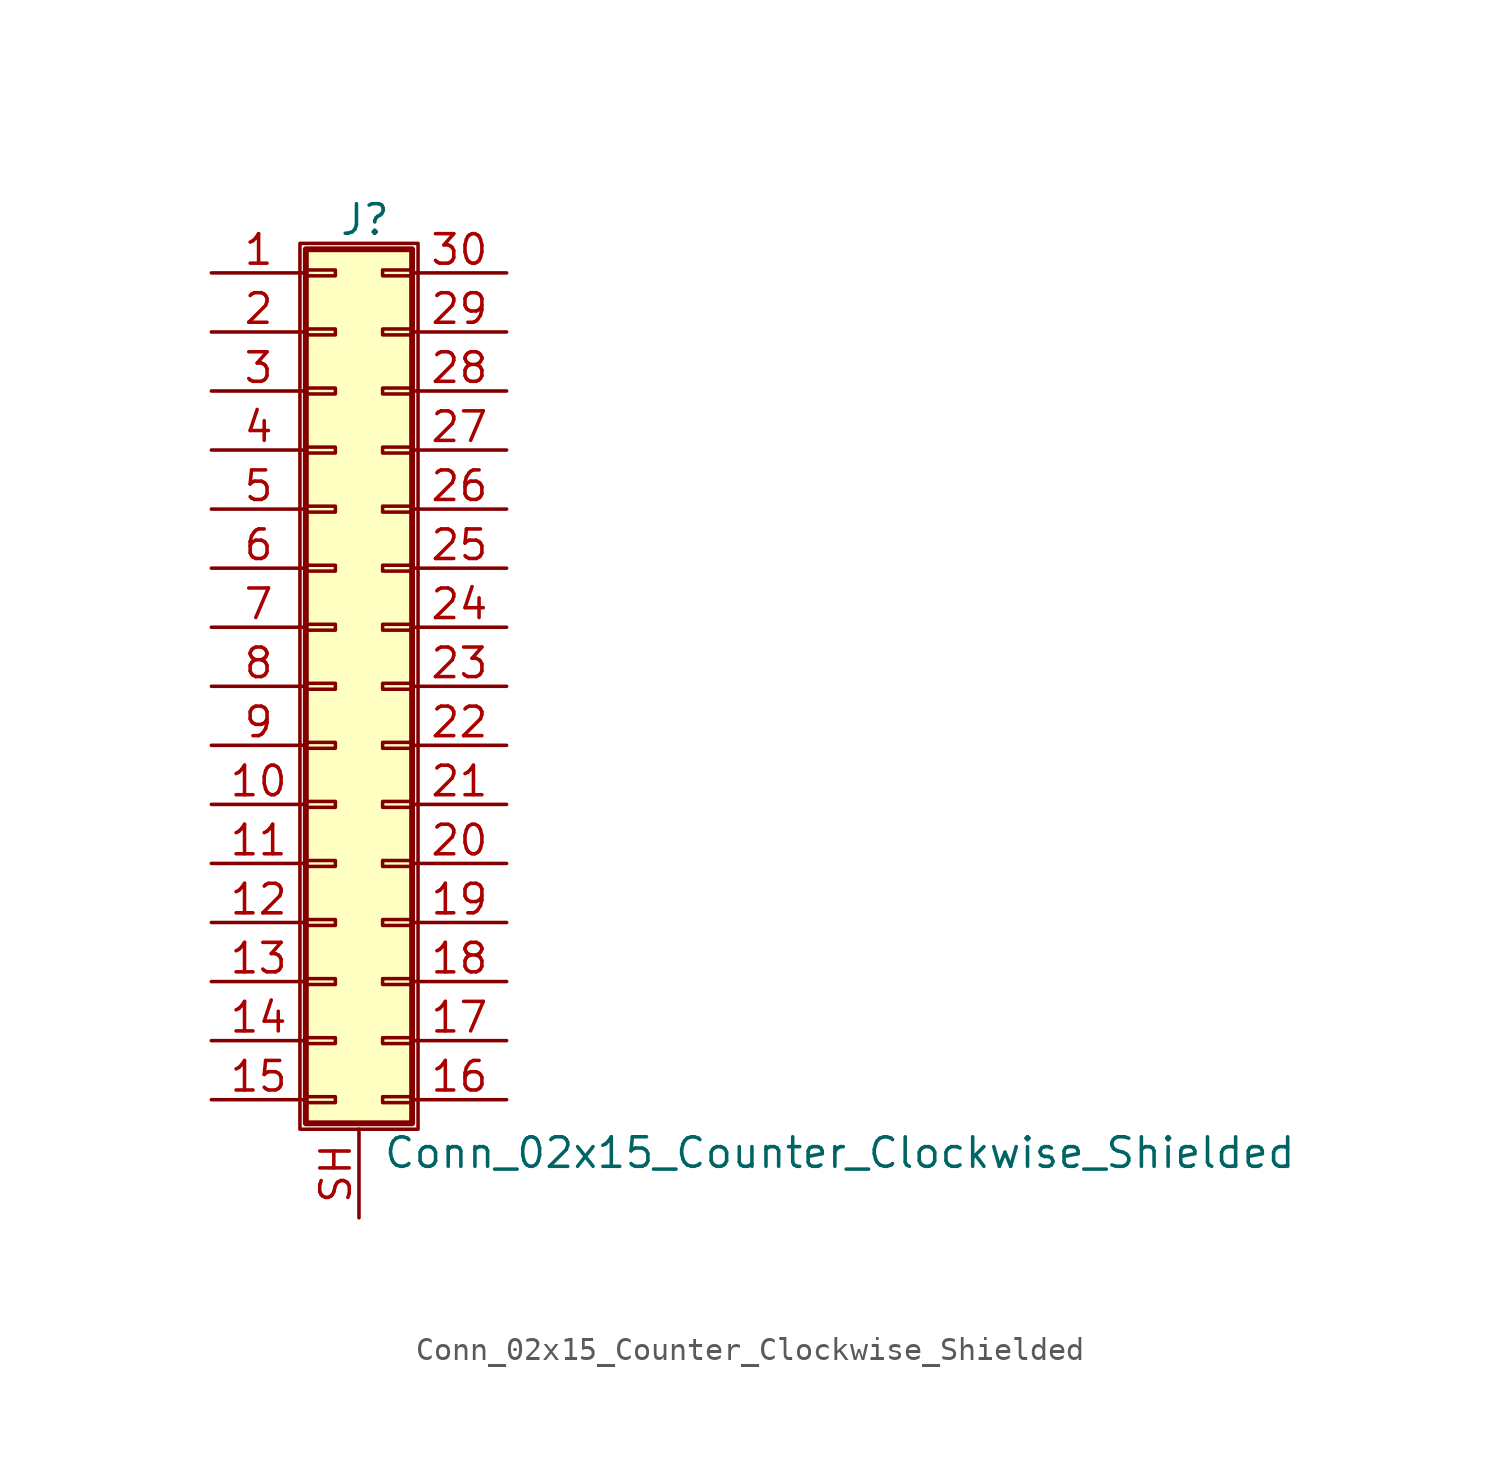
<source format=kicad_sym>
(kicad_symbol_lib
  (version 20220914)
  (generator kicad_symbol_editor)
  (symbol "Conn_02x15_Counter_Clockwise_Shielded"
    (pin_names
      (offset 1.016) hide)
    (property "Reference" "J"
      (at 1.524 20.066 0)
      (effects (font (size 1.27 1.27))))
    (property "Value" "Conn_02x15_Counter_Clockwise_Shielded"
      (at 2.286 -20.066 0)
      (effects (font (size 1.27 1.27)) (justify left)))
    (symbol "Conn_02x15_Counter_Clockwise_Shielded_1_1"
      (rectangle (start -1.27 19.05) (end 3.81 -19.05) (stroke (width 0.152) (type default)) (fill (type none)))
      (rectangle (start -1.016 -17.653) (end 0.254 -17.907) (stroke (width 0.152) (type default)) (fill (type none)))
      (rectangle (start -1.016 -15.113) (end 0.254 -15.367) (stroke (width 0.152) (type default)) (fill (type none)))
      (rectangle (start -1.016 -12.573) (end 0.254 -12.827) (stroke (width 0.152) (type default)) (fill (type none)))
      (rectangle (start -1.016 -10.033) (end 0.254 -10.287) (stroke (width 0.152) (type default)) (fill (type none)))
      (rectangle (start -1.016 -7.493) (end 0.254 -7.747) (stroke (width 0.152) (type default)) (fill (type none)))
      (rectangle (start -1.016 -4.953) (end 0.254 -5.207) (stroke (width 0.152) (type default)) (fill (type none)))
      (rectangle (start -1.016 -2.413) (end 0.254 -2.667) (stroke (width 0.152) (type default)) (fill (type none)))
      (rectangle (start -1.016 0.127) (end 0.254 -0.127) (stroke (width 0.152) (type default)) (fill (type none)))
      (rectangle (start -1.016 2.667) (end 0.254 2.413) (stroke (width 0.152) (type default)) (fill (type none)))
      (rectangle (start -1.016 5.207) (end 0.254 4.953) (stroke (width 0.152) (type default)) (fill (type none)))
      (rectangle (start -1.016 7.747) (end 0.254 7.493) (stroke (width 0.152) (type default)) (fill (type none)))
      (rectangle (start -1.016 10.287) (end 0.254 10.033) (stroke (width 0.152) (type default)) (fill (type none)))
      (rectangle (start -1.016 12.827) (end 0.254 12.573) (stroke (width 0.152) (type default)) (fill (type none)))
      (rectangle (start -1.016 15.367) (end 0.254 15.113) (stroke (width 0.152) (type default)) (fill (type none)))
      (rectangle (start -1.016 17.907) (end 0.254 17.653) (stroke (width 0.152) (type default)) (fill (type none)))
      (rectangle (start -1.016 18.796) (end 3.556 -18.796) (stroke (width 0.254) (type default)) (fill (type background)))
      (rectangle (start 3.556 -17.653) (end 2.286 -17.907) (stroke (width 0.152) (type default)) (fill (type none)))
      (rectangle (start 3.556 -15.113) (end 2.286 -15.367) (stroke (width 0.152) (type default)) (fill (type none)))
      (rectangle (start 3.556 -12.573) (end 2.286 -12.827) (stroke (width 0.152) (type default)) (fill (type none)))
      (rectangle (start 3.556 -10.033) (end 2.286 -10.287) (stroke (width 0.152) (type default)) (fill (type none)))
      (rectangle (start 3.556 -7.493) (end 2.286 -7.747) (stroke (width 0.152) (type default)) (fill (type none)))
      (rectangle (start 3.556 -4.953) (end 2.286 -5.207) (stroke (width 0.152) (type default)) (fill (type none)))
      (rectangle (start 3.556 -2.413) (end 2.286 -2.667) (stroke (width 0.152) (type default)) (fill (type none)))
      (rectangle (start 3.556 0.127) (end 2.286 -0.127) (stroke (width 0.152) (type default)) (fill (type none)))
      (rectangle (start 3.556 2.667) (end 2.286 2.413) (stroke (width 0.152) (type default)) (fill (type none)))
      (rectangle (start 3.556 5.207) (end 2.286 4.953) (stroke (width 0.152) (type default)) (fill (type none)))
      (rectangle (start 3.556 7.747) (end 2.286 7.493) (stroke (width 0.152) (type default)) (fill (type none)))
      (rectangle (start 3.556 10.287) (end 2.286 10.033) (stroke (width 0.152) (type default)) (fill (type none)))
      (rectangle (start 3.556 12.827) (end 2.286 12.573) (stroke (width 0.152) (type default)) (fill (type none)))
      (rectangle (start 3.556 15.367) (end 2.286 15.113) (stroke (width 0.152) (type default)) (fill (type none)))
      (rectangle (start 3.556 17.907) (end 2.286 17.653) (stroke (width 0.152) (type default)) (fill (type none)))
      (pin passive line (at -5.08 17.78 0) (length 4.064) (name "Pin_1" (effects (font (size 1.27 1.27)))) (number "1" (effects (font (size 1.27 1.27)))))
      (pin passive line (at -5.08 -5.08 0) (length 4.064) (name "Pin_10" (effects (font (size 1.27 1.27)))) (number "10" (effects (font (size 1.27 1.27)))))
      (pin passive line (at -5.08 -7.62 0) (length 4.064) (name "Pin_11" (effects (font (size 1.27 1.27)))) (number "11" (effects (font (size 1.27 1.27)))))
      (pin passive line (at -5.08 -10.16 0) (length 4.064) (name "Pin_12" (effects (font (size 1.27 1.27)))) (number "12" (effects (font (size 1.27 1.27)))))
      (pin passive line (at -5.08 -12.7 0) (length 4.064) (name "Pin_13" (effects (font (size 1.27 1.27)))) (number "13" (effects (font (size 1.27 1.27)))))
      (pin passive line (at -5.08 -15.24 0) (length 4.064) (name "Pin_14" (effects (font (size 1.27 1.27)))) (number "14" (effects (font (size 1.27 1.27)))))
      (pin passive line (at -5.08 -17.78 0) (length 4.064) (name "Pin_15" (effects (font (size 1.27 1.27)))) (number "15" (effects (font (size 1.27 1.27)))))
      (pin passive line (at 7.62 -17.78 180) (length 4.064) (name "Pin_16" (effects (font (size 1.27 1.27)))) (number "16" (effects (font (size 1.27 1.27)))))
      (pin passive line (at 7.62 -15.24 180) (length 4.064) (name "Pin_17" (effects (font (size 1.27 1.27)))) (number "17" (effects (font (size 1.27 1.27)))))
      (pin passive line (at 7.62 -12.7 180) (length 4.064) (name "Pin_18" (effects (font (size 1.27 1.27)))) (number "18" (effects (font (size 1.27 1.27)))))
      (pin passive line (at 7.62 -10.16 180) (length 4.064) (name "Pin_19" (effects (font (size 1.27 1.27)))) (number "19" (effects (font (size 1.27 1.27)))))
      (pin passive line (at -5.08 15.24 0) (length 4.064) (name "Pin_2" (effects (font (size 1.27 1.27)))) (number "2" (effects (font (size 1.27 1.27)))))
      (pin passive line (at 7.62 -7.62 180) (length 4.064) (name "Pin_20" (effects (font (size 1.27 1.27)))) (number "20" (effects (font (size 1.27 1.27)))))
      (pin passive line (at 7.62 -5.08 180) (length 4.064) (name "Pin_21" (effects (font (size 1.27 1.27)))) (number "21" (effects (font (size 1.27 1.27)))))
      (pin passive line (at 7.62 -2.54 180) (length 4.064) (name "Pin_22" (effects (font (size 1.27 1.27)))) (number "22" (effects (font (size 1.27 1.27)))))
      (pin passive line (at 7.62 0 180) (length 4.064) (name "Pin_23" (effects (font (size 1.27 1.27)))) (number "23" (effects (font (size 1.27 1.27)))))
      (pin passive line (at 7.62 2.54 180) (length 4.064) (name "Pin_24" (effects (font (size 1.27 1.27)))) (number "24" (effects (font (size 1.27 1.27)))))
      (pin passive line (at 7.62 5.08 180) (length 4.064) (name "Pin_25" (effects (font (size 1.27 1.27)))) (number "25" (effects (font (size 1.27 1.27)))))
      (pin passive line (at 7.62 7.62 180) (length 4.064) (name "Pin_26" (effects (font (size 1.27 1.27)))) (number "26" (effects (font (size 1.27 1.27)))))
      (pin passive line (at 7.62 10.16 180) (length 4.064) (name "Pin_27" (effects (font (size 1.27 1.27)))) (number "27" (effects (font (size 1.27 1.27)))))
      (pin passive line (at 7.62 12.7 180) (length 4.064) (name "Pin_28" (effects (font (size 1.27 1.27)))) (number "28" (effects (font (size 1.27 1.27)))))
      (pin passive line (at 7.62 15.24 180) (length 4.064) (name "Pin_29" (effects (font (size 1.27 1.27)))) (number "29" (effects (font (size 1.27 1.27)))))
      (pin passive line (at -5.08 12.7 0) (length 4.064) (name "Pin_3" (effects (font (size 1.27 1.27)))) (number "3" (effects (font (size 1.27 1.27)))))
      (pin passive line (at 7.62 17.78 180) (length 4.064) (name "Pin_30" (effects (font (size 1.27 1.27)))) (number "30" (effects (font (size 1.27 1.27)))))
      (pin passive line (at -5.08 10.16 0) (length 4.064) (name "Pin_4" (effects (font (size 1.27 1.27)))) (number "4" (effects (font (size 1.27 1.27)))))
      (pin passive line (at -5.08 7.62 0) (length 4.064) (name "Pin_5" (effects (font (size 1.27 1.27)))) (number "5" (effects (font (size 1.27 1.27)))))
      (pin passive line (at -5.08 5.08 0) (length 4.064) (name "Pin_6" (effects (font (size 1.27 1.27)))) (number "6" (effects (font (size 1.27 1.27)))))
      (pin passive line (at -5.08 2.54 0) (length 4.064) (name "Pin_7" (effects (font (size 1.27 1.27)))) (number "7" (effects (font (size 1.27 1.27)))))
      (pin passive line (at -5.08 0 0) (length 4.064) (name "Pin_8" (effects (font (size 1.27 1.27)))) (number "8" (effects (font (size 1.27 1.27)))))
      (pin passive line (at -5.08 -2.54 0) (length 4.064) (name "Pin_9" (effects (font (size 1.27 1.27)))) (number "9" (effects (font (size 1.27 1.27)))))
      (pin passive line (at 1.27 -22.86 90) (length 3.81) (name "Shield" (effects (font (size 1.27 1.27)))) (number "SH" (effects (font (size 1.27 1.27))))))))
</source>
